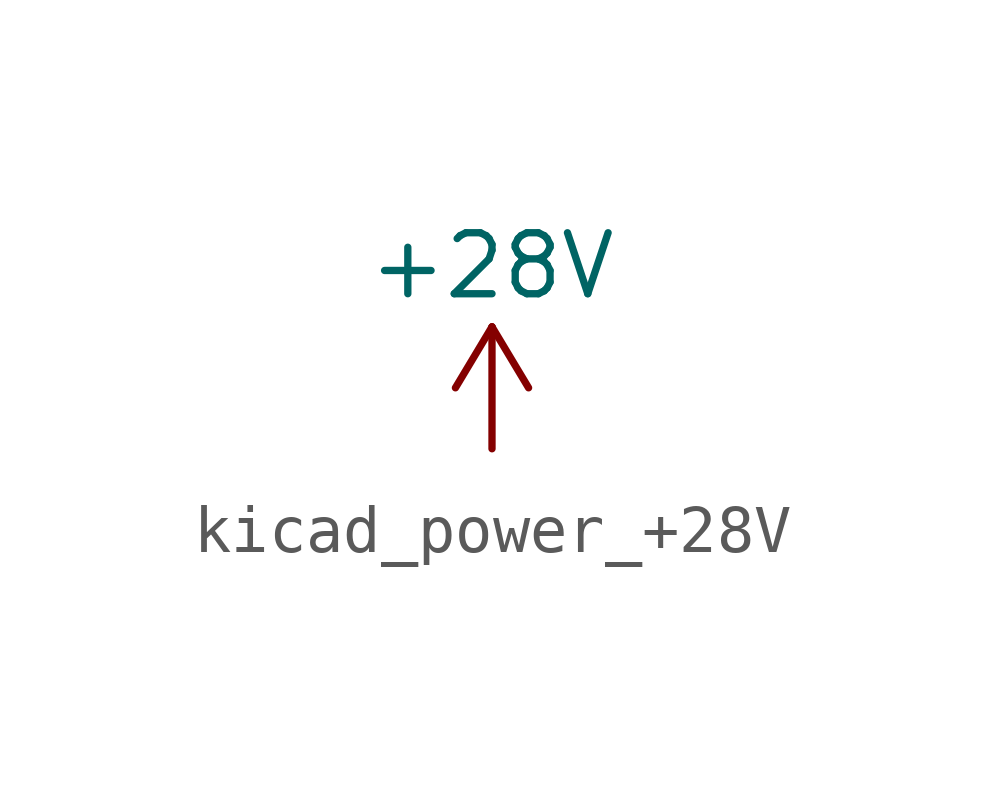
<source format=kicad_sym>
(kicad_symbol_lib
  (version 20220914)
  (generator kicad_symbol_editor)
  (symbol "kicad_power_+28V"
    (power)
    (pin_names
      (offset 0))
    (property "Reference" "#PWR"
      (at 0 -3.81 0)
      (effects (font (size 1.27 1.27)) hide))
    (property "Value" "+28V"
      (at 0 3.81 0)
      (effects (font (size 1.27 1.27))))
    (symbol "kicad_power_+28V_0_1"
      (polyline (pts (xy -0.762 1.27) (xy 0 2.54)) (stroke (width 0) (type default)) (fill (type none)))
      (polyline (pts (xy 0 0) (xy 0 2.54)) (stroke (width 0) (type default)) (fill (type none)))
      (polyline (pts (xy 0 2.54) (xy 0.762 1.27)) (stroke (width 0) (type default)) (fill (type none))))
    (symbol "kicad_power_+28V_1_1"
      (pin power_in line (at 0 0 90) (length 0) hide (name "+28V" (effects (font (size 1.27 1.27)))) (number "1" (effects (font (size 1.27 1.27))))))))
</source>
